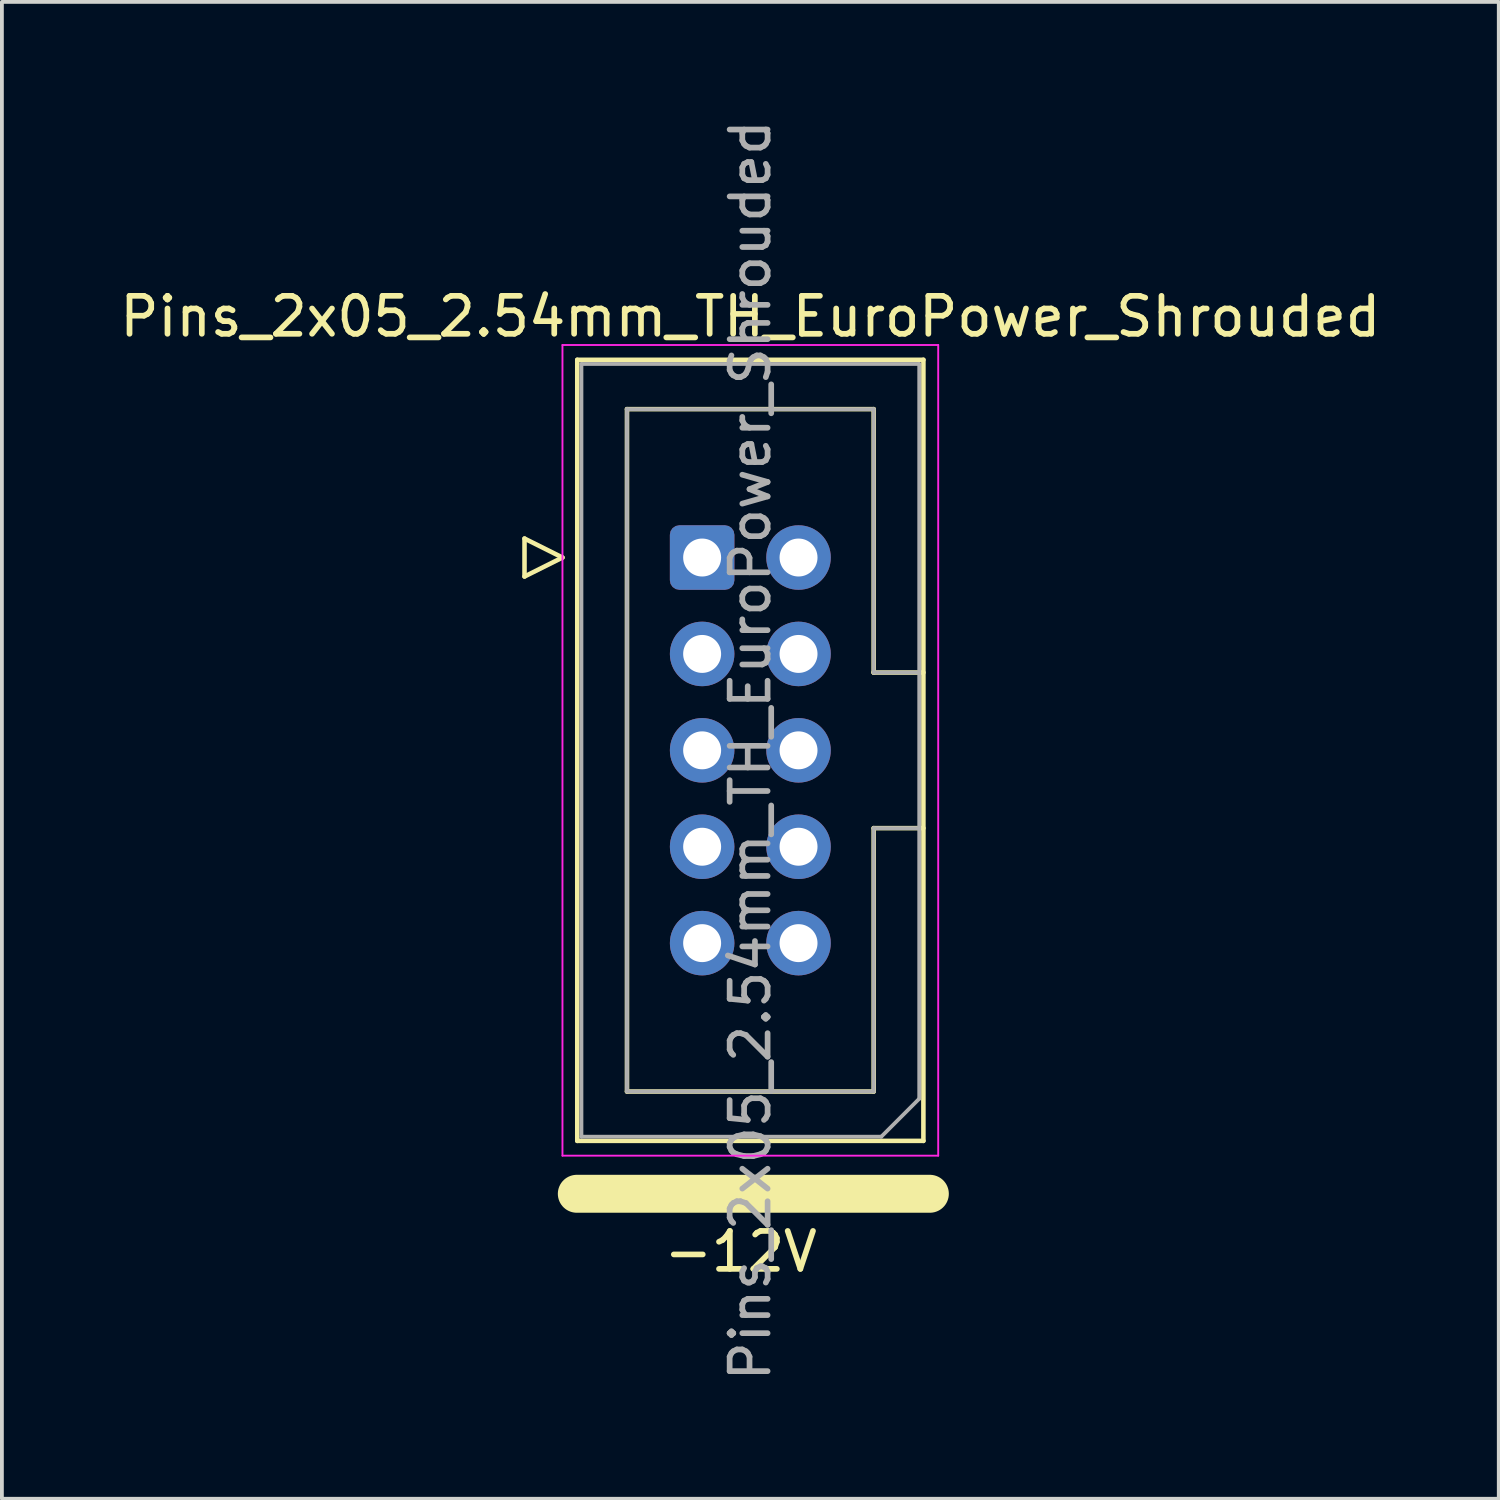
<source format=kicad_pcb>
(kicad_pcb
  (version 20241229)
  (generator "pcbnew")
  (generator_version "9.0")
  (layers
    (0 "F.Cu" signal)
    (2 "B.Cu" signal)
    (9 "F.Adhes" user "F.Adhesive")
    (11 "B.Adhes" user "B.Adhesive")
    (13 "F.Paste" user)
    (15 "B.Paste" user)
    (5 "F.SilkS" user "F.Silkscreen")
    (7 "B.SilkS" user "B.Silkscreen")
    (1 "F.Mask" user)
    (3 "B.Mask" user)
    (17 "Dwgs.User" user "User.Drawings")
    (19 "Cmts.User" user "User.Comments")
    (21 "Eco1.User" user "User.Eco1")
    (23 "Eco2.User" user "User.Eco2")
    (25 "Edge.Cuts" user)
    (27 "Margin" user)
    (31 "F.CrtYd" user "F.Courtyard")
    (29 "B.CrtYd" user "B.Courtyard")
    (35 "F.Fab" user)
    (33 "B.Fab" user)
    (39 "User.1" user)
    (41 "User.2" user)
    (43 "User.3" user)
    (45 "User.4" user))
  (footprint "Pins_2x05_2.54mm_TH_EuroPower_Shrouded"
    (layer "F.Cu")
    (at 16.72 16.72)
    (property "Reference" "Pins_2x05_2.54mm_TH_EuroPower_Shrouded" (at 0 -11.43 180) (layer "F.SilkS") (effects (font (size 1 1) (thickness 0.15))))
    (attr through_hole)
    (fp_line (start -5.95 -5.58) (end -5.95 -4.58) (stroke (width 0.12) (type solid)) (layer "F.SilkS"))
    (fp_line (start -5.95 -4.58) (end -4.95 -5.08) (stroke (width 0.12) (type solid)) (layer "F.SilkS"))
    (fp_line (start -4.95 -5.08) (end -5.95 -5.58) (stroke (width 0.12) (type solid)) (layer "F.SilkS"))
    (fp_line (start -4.572 11.684) (end 4.73 11.684) (stroke (width 1) (type solid)) (layer "F.SilkS"))
    (fp_line (start -4.56 -10.29) (end 4.56 -10.29) (stroke (width 0.12) (type solid)) (layer "F.SilkS"))
    (fp_line (start -4.56 10.29) (end -4.56 -10.29) (stroke (width 0.12) (type solid)) (layer "F.SilkS"))
    (fp_line (start -3.25 -8.99) (end 3.25 -8.99) (stroke (width 0.12) (type solid)) (layer "F.SilkS"))
    (fp_line (start -3.25 8.99) (end -3.25 -8.99) (stroke (width 0.12) (type solid)) (layer "F.SilkS"))
    (fp_line (start 3.25 -8.99) (end 3.25 -2.05) (stroke (width 0.12) (type solid)) (layer "F.SilkS"))
    (fp_line (start 3.25 -2.05) (end 3.25 -2.05) (stroke (width 0.12) (type solid)) (layer "F.SilkS"))
    (fp_line (start 3.25 -2.05) (end 4.56 -2.05) (stroke (width 0.12) (type solid)) (layer "F.SilkS"))
    (fp_line (start 3.25 2.05) (end 3.25 8.99) (stroke (width 0.12) (type solid)) (layer "F.SilkS"))
    (fp_line (start 3.25 8.99) (end -3.25 8.99) (stroke (width 0.12) (type solid)) (layer "F.SilkS"))
    (fp_line (start 4.56 -10.29) (end 4.56 10.29) (stroke (width 0.12) (type solid)) (layer "F.SilkS"))
    (fp_line (start 4.56 2.05) (end 3.25 2.05) (stroke (width 0.12) (type solid)) (layer "F.SilkS"))
    (fp_line (start 4.56 10.29) (end -4.56 10.29) (stroke (width 0.12) (type solid)) (layer "F.SilkS"))
    (fp_line (start -4.95 -10.68) (end -4.95 10.68) (stroke (width 0.05) (type solid)) (layer "F.CrtYd"))
    (fp_line (start -4.95 10.68) (end 4.95 10.68) (stroke (width 0.05) (type solid)) (layer "F.CrtYd"))
    (fp_line (start 4.95 -10.68) (end -4.95 -10.68) (stroke (width 0.05) (type solid)) (layer "F.CrtYd"))
    (fp_line (start 4.95 10.68) (end 4.95 -10.68) (stroke (width 0.05) (type solid)) (layer "F.CrtYd"))
    (fp_line (start -4.45 -10.18) (end 4.45 -10.18) (stroke (width 0.1) (type solid)) (layer "F.Fab"))
    (fp_line (start -4.45 10.18) (end -4.45 -10.18) (stroke (width 0.1) (type solid)) (layer "F.Fab"))
    (fp_line (start -3.25 -8.99) (end 3.25 -8.99) (stroke (width 0.1) (type solid)) (layer "F.Fab"))
    (fp_line (start -3.25 8.99) (end -3.25 -8.99) (stroke (width 0.1) (type solid)) (layer "F.Fab"))
    (fp_line (start 3.25 -8.99) (end 3.25 -2.05) (stroke (width 0.1) (type solid)) (layer "F.Fab"))
    (fp_line (start 3.25 -2.05) (end 3.25 -2.05) (stroke (width 0.1) (type solid)) (layer "F.Fab"))
    (fp_line (start 3.25 -2.05) (end 4.45 -2.05) (stroke (width 0.1) (type solid)) (layer "F.Fab"))
    (fp_line (start 3.25 2.05) (end 3.25 8.99) (stroke (width 0.1) (type solid)) (layer "F.Fab"))
    (fp_line (start 3.25 8.99) (end -3.25 8.99) (stroke (width 0.1) (type solid)) (layer "F.Fab"))
    (fp_line (start 3.45 10.18) (end -4.45 10.18) (stroke (width 0.1) (type solid)) (layer "F.Fab"))
    (fp_line (start 4.45 -10.18) (end 4.45 9.18) (stroke (width 0.1) (type solid)) (layer "F.Fab"))
    (fp_line (start 4.45 2.05) (end 3.25 2.05) (stroke (width 0.1) (type solid)) (layer "F.Fab"))
    (fp_line (start 4.45 9.18) (end 3.45 10.18) (stroke (width 0.1) (type solid)) (layer "F.Fab"))
    (fp_text user "-12V" (at -0.254 13.208 0) (unlocked yes) (layer "F.SilkS") (effects (font (size 1 1) (thickness 0.15))))
    (fp_text user "${REFERENCE}" (at 0 0 90) (layer "F.Fab") (effects (font (size 1 1) (thickness 0.15))))
    (pad "1" thru_hole roundrect (at -1.27 -5.08) (size 1.7 1.7) (drill 1) (layers "*.Cu" "*.Mask") (roundrect_rratio 0.147))
    (pad "2" thru_hole circle (at 1.27 -5.08) (size 1.7 1.7) (drill 1) (layers "*.Cu" "*.Mask"))
    (pad "3" thru_hole circle (at -1.27 -2.54) (size 1.7 1.7) (drill 1) (layers "*.Cu" "*.Mask"))
    (pad "4" thru_hole circle (at 1.27 -2.54) (size 1.7 1.7) (drill 1) (layers "*.Cu" "*.Mask"))
    (pad "5" thru_hole circle (at -1.27 0) (size 1.7 1.7) (drill 1) (layers "*.Cu" "*.Mask"))
    (pad "6" thru_hole circle (at 1.27 0) (size 1.7 1.7) (drill 1) (layers "*.Cu" "*.Mask"))
    (pad "7" thru_hole circle (at -1.27 2.54) (size 1.7 1.7) (drill 1) (layers "*.Cu" "*.Mask"))
    (pad "8" thru_hole circle (at 1.27 2.54) (size 1.7 1.7) (drill 1) (layers "*.Cu" "*.Mask"))
    (pad "9" thru_hole circle (at -1.27 5.08) (size 1.7 1.7) (drill 1) (layers "*.Cu" "*.Mask"))
    (pad "10" thru_hole circle (at 1.27 5.08) (size 1.7 1.7) (drill 1) (layers "*.Cu" "*.Mask")))
  (gr_rect
    (start -3 -3)
    (end 36.44 36.44)
    (stroke (width 0.1) (type default))
    (fill no)
    (layer "Edge.Cuts")))
</source>
